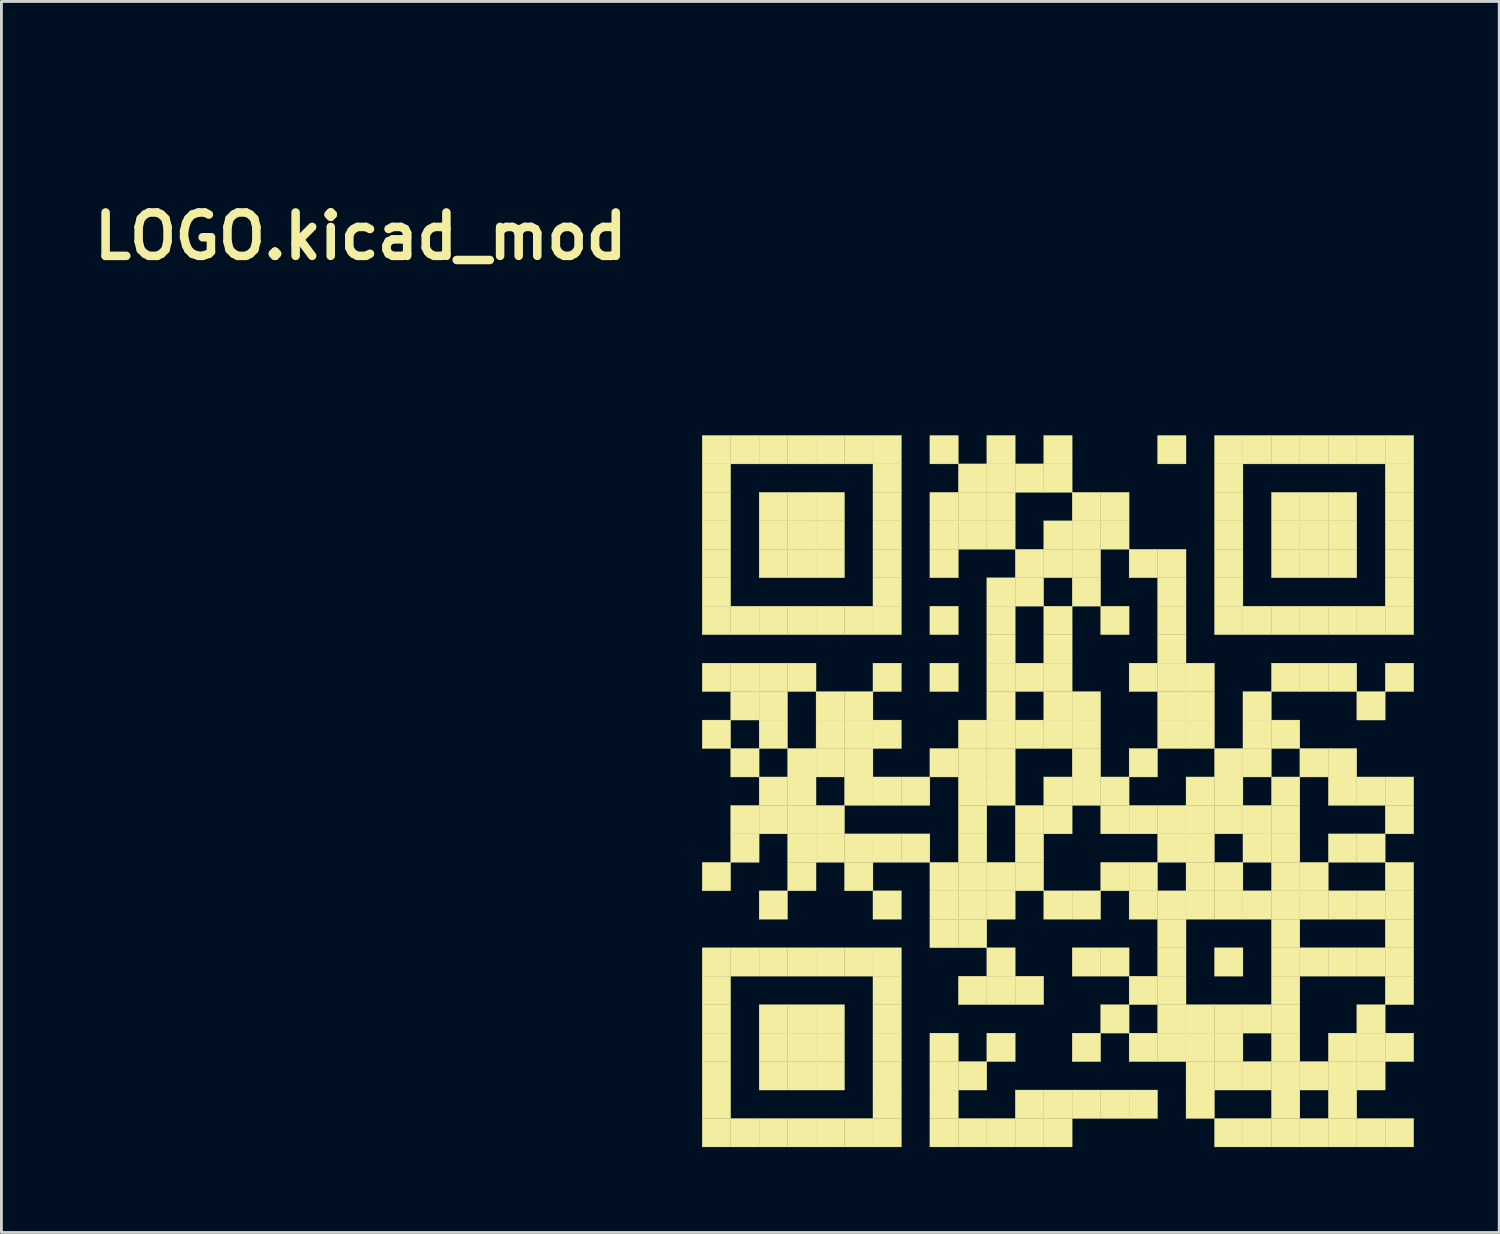
<source format=kicad_pcb>
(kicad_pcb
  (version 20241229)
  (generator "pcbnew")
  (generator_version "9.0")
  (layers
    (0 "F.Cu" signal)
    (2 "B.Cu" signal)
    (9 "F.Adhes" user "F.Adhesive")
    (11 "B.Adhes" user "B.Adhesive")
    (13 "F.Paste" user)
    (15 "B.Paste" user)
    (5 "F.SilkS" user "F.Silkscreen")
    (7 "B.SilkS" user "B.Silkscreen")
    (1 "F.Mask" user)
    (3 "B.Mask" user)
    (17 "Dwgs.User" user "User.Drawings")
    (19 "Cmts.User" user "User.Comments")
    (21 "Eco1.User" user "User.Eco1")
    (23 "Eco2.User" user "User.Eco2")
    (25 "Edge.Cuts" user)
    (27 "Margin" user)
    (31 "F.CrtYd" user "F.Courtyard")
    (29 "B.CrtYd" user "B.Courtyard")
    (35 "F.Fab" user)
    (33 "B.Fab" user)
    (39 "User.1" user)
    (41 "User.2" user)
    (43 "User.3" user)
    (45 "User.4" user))
  (footprint "LOGO.kicad_mod"
    (layer "F.Cu")
    (at 9.623 0.25)
    (property "Reference" "LOGO.kicad_mod" (at 0 5 0) (layer "F.SilkS") (effects (font (size 1.524 1.524) (thickness 0.3))))
    (attr through_hole)
    (fp_poly (pts (xy 12 12) (xy 13 12) (xy 13 13) (xy 12 13) (xy 12 12)) (stroke (width 0.01) (type solid)) (fill yes) (layer "F.SilkS"))
    (fp_poly (pts (xy 12 13) (xy 13 13) (xy 13 14) (xy 12 14) (xy 12 13)) (stroke (width 0.01) (type solid)) (fill yes) (layer "F.SilkS"))
    (fp_poly (pts (xy 12 14) (xy 13 14) (xy 13 15) (xy 12 15) (xy 12 14)) (stroke (width 0.01) (type solid)) (fill yes) (layer "F.SilkS"))
    (fp_poly (pts (xy 12 15) (xy 13 15) (xy 13 16) (xy 12 16) (xy 12 15)) (stroke (width 0.01) (type solid)) (fill yes) (layer "F.SilkS"))
    (fp_poly (pts (xy 12 16) (xy 13 16) (xy 13 17) (xy 12 17) (xy 12 16)) (stroke (width 0.01) (type solid)) (fill yes) (layer "F.SilkS"))
    (fp_poly (pts (xy 12 17) (xy 13 17) (xy 13 18) (xy 12 18) (xy 12 17)) (stroke (width 0.01) (type solid)) (fill yes) (layer "F.SilkS"))
    (fp_poly (pts (xy 12 18) (xy 13 18) (xy 13 19) (xy 12 19) (xy 12 18)) (stroke (width 0.01) (type solid)) (fill yes) (layer "F.SilkS"))
    (fp_poly (pts (xy 12 20) (xy 13 20) (xy 13 21) (xy 12 21) (xy 12 20)) (stroke (width 0.01) (type solid)) (fill yes) (layer "F.SilkS"))
    (fp_poly (pts (xy 12 22) (xy 13 22) (xy 13 23) (xy 12 23) (xy 12 22)) (stroke (width 0.01) (type solid)) (fill yes) (layer "F.SilkS"))
    (fp_poly (pts (xy 12 27) (xy 13 27) (xy 13 28) (xy 12 28) (xy 12 27)) (stroke (width 0.01) (type solid)) (fill yes) (layer "F.SilkS"))
    (fp_poly (pts (xy 12 30) (xy 13 30) (xy 13 31) (xy 12 31) (xy 12 30)) (stroke (width 0.01) (type solid)) (fill yes) (layer "F.SilkS"))
    (fp_poly (pts (xy 12 31) (xy 13 31) (xy 13 32) (xy 12 32) (xy 12 31)) (stroke (width 0.01) (type solid)) (fill yes) (layer "F.SilkS"))
    (fp_poly (pts (xy 12 32) (xy 13 32) (xy 13 33) (xy 12 33) (xy 12 32)) (stroke (width 0.01) (type solid)) (fill yes) (layer "F.SilkS"))
    (fp_poly (pts (xy 12 33) (xy 13 33) (xy 13 34) (xy 12 34) (xy 12 33)) (stroke (width 0.01) (type solid)) (fill yes) (layer "F.SilkS"))
    (fp_poly (pts (xy 12 34) (xy 13 34) (xy 13 35) (xy 12 35) (xy 12 34)) (stroke (width 0.01) (type solid)) (fill yes) (layer "F.SilkS"))
    (fp_poly (pts (xy 12 35) (xy 13 35) (xy 13 36) (xy 12 36) (xy 12 35)) (stroke (width 0.01) (type solid)) (fill yes) (layer "F.SilkS"))
    (fp_poly (pts (xy 12 36) (xy 13 36) (xy 13 37) (xy 12 37) (xy 12 36)) (stroke (width 0.01) (type solid)) (fill yes) (layer "F.SilkS"))
    (fp_poly (pts (xy 13 12) (xy 14 12) (xy 14 13) (xy 13 13) (xy 13 12)) (stroke (width 0.01) (type solid)) (fill yes) (layer "F.SilkS"))
    (fp_poly (pts (xy 13 18) (xy 14 18) (xy 14 19) (xy 13 19) (xy 13 18)) (stroke (width 0.01) (type solid)) (fill yes) (layer "F.SilkS"))
    (fp_poly (pts (xy 13 20) (xy 14 20) (xy 14 21) (xy 13 21) (xy 13 20)) (stroke (width 0.01) (type solid)) (fill yes) (layer "F.SilkS"))
    (fp_poly (pts (xy 13 21) (xy 14 21) (xy 14 22) (xy 13 22) (xy 13 21)) (stroke (width 0.01) (type solid)) (fill yes) (layer "F.SilkS"))
    (fp_poly (pts (xy 13 23) (xy 14 23) (xy 14 24) (xy 13 24) (xy 13 23)) (stroke (width 0.01) (type solid)) (fill yes) (layer "F.SilkS"))
    (fp_poly (pts (xy 13 25) (xy 14 25) (xy 14 26) (xy 13 26) (xy 13 25)) (stroke (width 0.01) (type solid)) (fill yes) (layer "F.SilkS"))
    (fp_poly (pts (xy 13 26) (xy 14 26) (xy 14 27) (xy 13 27) (xy 13 26)) (stroke (width 0.01) (type solid)) (fill yes) (layer "F.SilkS"))
    (fp_poly (pts (xy 13 30) (xy 14 30) (xy 14 31) (xy 13 31) (xy 13 30)) (stroke (width 0.01) (type solid)) (fill yes) (layer "F.SilkS"))
    (fp_poly (pts (xy 13 36) (xy 14 36) (xy 14 37) (xy 13 37) (xy 13 36)) (stroke (width 0.01) (type solid)) (fill yes) (layer "F.SilkS"))
    (fp_poly (pts (xy 14 12) (xy 15 12) (xy 15 13) (xy 14 13) (xy 14 12)) (stroke (width 0.01) (type solid)) (fill yes) (layer "F.SilkS"))
    (fp_poly (pts (xy 14 14) (xy 15 14) (xy 15 15) (xy 14 15) (xy 14 14)) (stroke (width 0.01) (type solid)) (fill yes) (layer "F.SilkS"))
    (fp_poly (pts (xy 14 15) (xy 15 15) (xy 15 16) (xy 14 16) (xy 14 15)) (stroke (width 0.01) (type solid)) (fill yes) (layer "F.SilkS"))
    (fp_poly (pts (xy 14 16) (xy 15 16) (xy 15 17) (xy 14 17) (xy 14 16)) (stroke (width 0.01) (type solid)) (fill yes) (layer "F.SilkS"))
    (fp_poly (pts (xy 14 18) (xy 15 18) (xy 15 19) (xy 14 19) (xy 14 18)) (stroke (width 0.01) (type solid)) (fill yes) (layer "F.SilkS"))
    (fp_poly (pts (xy 14 20) (xy 15 20) (xy 15 21) (xy 14 21) (xy 14 20)) (stroke (width 0.01) (type solid)) (fill yes) (layer "F.SilkS"))
    (fp_poly (pts (xy 14 21) (xy 15 21) (xy 15 22) (xy 14 22) (xy 14 21)) (stroke (width 0.01) (type solid)) (fill yes) (layer "F.SilkS"))
    (fp_poly (pts (xy 14 22) (xy 15 22) (xy 15 23) (xy 14 23) (xy 14 22)) (stroke (width 0.01) (type solid)) (fill yes) (layer "F.SilkS"))
    (fp_poly (pts (xy 14 24) (xy 15 24) (xy 15 25) (xy 14 25) (xy 14 24)) (stroke (width 0.01) (type solid)) (fill yes) (layer "F.SilkS"))
    (fp_poly (pts (xy 14 25) (xy 15 25) (xy 15 26) (xy 14 26) (xy 14 25)) (stroke (width 0.01) (type solid)) (fill yes) (layer "F.SilkS"))
    (fp_poly (pts (xy 14 28) (xy 15 28) (xy 15 29) (xy 14 29) (xy 14 28)) (stroke (width 0.01) (type solid)) (fill yes) (layer "F.SilkS"))
    (fp_poly (pts (xy 14 30) (xy 15 30) (xy 15 31) (xy 14 31) (xy 14 30)) (stroke (width 0.01) (type solid)) (fill yes) (layer "F.SilkS"))
    (fp_poly (pts (xy 14 32) (xy 15 32) (xy 15 33) (xy 14 33) (xy 14 32)) (stroke (width 0.01) (type solid)) (fill yes) (layer "F.SilkS"))
    (fp_poly (pts (xy 14 33) (xy 15 33) (xy 15 34) (xy 14 34) (xy 14 33)) (stroke (width 0.01) (type solid)) (fill yes) (layer "F.SilkS"))
    (fp_poly (pts (xy 14 34) (xy 15 34) (xy 15 35) (xy 14 35) (xy 14 34)) (stroke (width 0.01) (type solid)) (fill yes) (layer "F.SilkS"))
    (fp_poly (pts (xy 14 36) (xy 15 36) (xy 15 37) (xy 14 37) (xy 14 36)) (stroke (width 0.01) (type solid)) (fill yes) (layer "F.SilkS"))
    (fp_poly (pts (xy 15 12) (xy 16 12) (xy 16 13) (xy 15 13) (xy 15 12)) (stroke (width 0.01) (type solid)) (fill yes) (layer "F.SilkS"))
    (fp_poly (pts (xy 15 14) (xy 16 14) (xy 16 15) (xy 15 15) (xy 15 14)) (stroke (width 0.01) (type solid)) (fill yes) (layer "F.SilkS"))
    (fp_poly (pts (xy 15 15) (xy 16 15) (xy 16 16) (xy 15 16) (xy 15 15)) (stroke (width 0.01) (type solid)) (fill yes) (layer "F.SilkS"))
    (fp_poly (pts (xy 15 16) (xy 16 16) (xy 16 17) (xy 15 17) (xy 15 16)) (stroke (width 0.01) (type solid)) (fill yes) (layer "F.SilkS"))
    (fp_poly (pts (xy 15 18) (xy 16 18) (xy 16 19) (xy 15 19) (xy 15 18)) (stroke (width 0.01) (type solid)) (fill yes) (layer "F.SilkS"))
    (fp_poly (pts (xy 15 20) (xy 16 20) (xy 16 21) (xy 15 21) (xy 15 20)) (stroke (width 0.01) (type solid)) (fill yes) (layer "F.SilkS"))
    (fp_poly (pts (xy 15 23) (xy 16 23) (xy 16 24) (xy 15 24) (xy 15 23)) (stroke (width 0.01) (type solid)) (fill yes) (layer "F.SilkS"))
    (fp_poly (pts (xy 15 24) (xy 16 24) (xy 16 25) (xy 15 25) (xy 15 24)) (stroke (width 0.01) (type solid)) (fill yes) (layer "F.SilkS"))
    (fp_poly (pts (xy 15 25) (xy 16 25) (xy 16 26) (xy 15 26) (xy 15 25)) (stroke (width 0.01) (type solid)) (fill yes) (layer "F.SilkS"))
    (fp_poly (pts (xy 15 26) (xy 16 26) (xy 16 27) (xy 15 27) (xy 15 26)) (stroke (width 0.01) (type solid)) (fill yes) (layer "F.SilkS"))
    (fp_poly (pts (xy 15 27) (xy 16 27) (xy 16 28) (xy 15 28) (xy 15 27)) (stroke (width 0.01) (type solid)) (fill yes) (layer "F.SilkS"))
    (fp_poly (pts (xy 15 30) (xy 16 30) (xy 16 31) (xy 15 31) (xy 15 30)) (stroke (width 0.01) (type solid)) (fill yes) (layer "F.SilkS"))
    (fp_poly (pts (xy 15 32) (xy 16 32) (xy 16 33) (xy 15 33) (xy 15 32)) (stroke (width 0.01) (type solid)) (fill yes) (layer "F.SilkS"))
    (fp_poly (pts (xy 15 33) (xy 16 33) (xy 16 34) (xy 15 34) (xy 15 33)) (stroke (width 0.01) (type solid)) (fill yes) (layer "F.SilkS"))
    (fp_poly (pts (xy 15 34) (xy 16 34) (xy 16 35) (xy 15 35) (xy 15 34)) (stroke (width 0.01) (type solid)) (fill yes) (layer "F.SilkS"))
    (fp_poly (pts (xy 15 36) (xy 16 36) (xy 16 37) (xy 15 37) (xy 15 36)) (stroke (width 0.01) (type solid)) (fill yes) (layer "F.SilkS"))
    (fp_poly (pts (xy 16 12) (xy 17 12) (xy 17 13) (xy 16 13) (xy 16 12)) (stroke (width 0.01) (type solid)) (fill yes) (layer "F.SilkS"))
    (fp_poly (pts (xy 16 14) (xy 17 14) (xy 17 15) (xy 16 15) (xy 16 14)) (stroke (width 0.01) (type solid)) (fill yes) (layer "F.SilkS"))
    (fp_poly (pts (xy 16 15) (xy 17 15) (xy 17 16) (xy 16 16) (xy 16 15)) (stroke (width 0.01) (type solid)) (fill yes) (layer "F.SilkS"))
    (fp_poly (pts (xy 16 16) (xy 17 16) (xy 17 17) (xy 16 17) (xy 16 16)) (stroke (width 0.01) (type solid)) (fill yes) (layer "F.SilkS"))
    (fp_poly (pts (xy 16 18) (xy 17 18) (xy 17 19) (xy 16 19) (xy 16 18)) (stroke (width 0.01) (type solid)) (fill yes) (layer "F.SilkS"))
    (fp_poly (pts (xy 16 21) (xy 17 21) (xy 17 22) (xy 16 22) (xy 16 21)) (stroke (width 0.01) (type solid)) (fill yes) (layer "F.SilkS"))
    (fp_poly (pts (xy 16 22) (xy 17 22) (xy 17 23) (xy 16 23) (xy 16 22)) (stroke (width 0.01) (type solid)) (fill yes) (layer "F.SilkS"))
    (fp_poly (pts (xy 16 23) (xy 17 23) (xy 17 24) (xy 16 24) (xy 16 23)) (stroke (width 0.01) (type solid)) (fill yes) (layer "F.SilkS"))
    (fp_poly (pts (xy 16 25) (xy 17 25) (xy 17 26) (xy 16 26) (xy 16 25)) (stroke (width 0.01) (type solid)) (fill yes) (layer "F.SilkS"))
    (fp_poly (pts (xy 16 26) (xy 17 26) (xy 17 27) (xy 16 27) (xy 16 26)) (stroke (width 0.01) (type solid)) (fill yes) (layer "F.SilkS"))
    (fp_poly (pts (xy 16 30) (xy 17 30) (xy 17 31) (xy 16 31) (xy 16 30)) (stroke (width 0.01) (type solid)) (fill yes) (layer "F.SilkS"))
    (fp_poly (pts (xy 16 32) (xy 17 32) (xy 17 33) (xy 16 33) (xy 16 32)) (stroke (width 0.01) (type solid)) (fill yes) (layer "F.SilkS"))
    (fp_poly (pts (xy 16 33) (xy 17 33) (xy 17 34) (xy 16 34) (xy 16 33)) (stroke (width 0.01) (type solid)) (fill yes) (layer "F.SilkS"))
    (fp_poly (pts (xy 16 34) (xy 17 34) (xy 17 35) (xy 16 35) (xy 16 34)) (stroke (width 0.01) (type solid)) (fill yes) (layer "F.SilkS"))
    (fp_poly (pts (xy 16 36) (xy 17 36) (xy 17 37) (xy 16 37) (xy 16 36)) (stroke (width 0.01) (type solid)) (fill yes) (layer "F.SilkS"))
    (fp_poly (pts (xy 17 12) (xy 18 12) (xy 18 13) (xy 17 13) (xy 17 12)) (stroke (width 0.01) (type solid)) (fill yes) (layer "F.SilkS"))
    (fp_poly (pts (xy 17 18) (xy 18 18) (xy 18 19) (xy 17 19) (xy 17 18)) (stroke (width 0.01) (type solid)) (fill yes) (layer "F.SilkS"))
    (fp_poly (pts (xy 17 21) (xy 18 21) (xy 18 22) (xy 17 22) (xy 17 21)) (stroke (width 0.01) (type solid)) (fill yes) (layer "F.SilkS"))
    (fp_poly (pts (xy 17 22) (xy 18 22) (xy 18 23) (xy 17 23) (xy 17 22)) (stroke (width 0.01) (type solid)) (fill yes) (layer "F.SilkS"))
    (fp_poly (pts (xy 17 23) (xy 18 23) (xy 18 24) (xy 17 24) (xy 17 23)) (stroke (width 0.01) (type solid)) (fill yes) (layer "F.SilkS"))
    (fp_poly (pts (xy 17 24) (xy 18 24) (xy 18 25) (xy 17 25) (xy 17 24)) (stroke (width 0.01) (type solid)) (fill yes) (layer "F.SilkS"))
    (fp_poly (pts (xy 17 26) (xy 18 26) (xy 18 27) (xy 17 27) (xy 17 26)) (stroke (width 0.01) (type solid)) (fill yes) (layer "F.SilkS"))
    (fp_poly (pts (xy 17 27) (xy 18 27) (xy 18 28) (xy 17 28) (xy 17 27)) (stroke (width 0.01) (type solid)) (fill yes) (layer "F.SilkS"))
    (fp_poly (pts (xy 17 30) (xy 18 30) (xy 18 31) (xy 17 31) (xy 17 30)) (stroke (width 0.01) (type solid)) (fill yes) (layer "F.SilkS"))
    (fp_poly (pts (xy 17 36) (xy 18 36) (xy 18 37) (xy 17 37) (xy 17 36)) (stroke (width 0.01) (type solid)) (fill yes) (layer "F.SilkS"))
    (fp_poly (pts (xy 18 12) (xy 19 12) (xy 19 13) (xy 18 13) (xy 18 12)) (stroke (width 0.01) (type solid)) (fill yes) (layer "F.SilkS"))
    (fp_poly (pts (xy 18 13) (xy 19 13) (xy 19 14) (xy 18 14) (xy 18 13)) (stroke (width 0.01) (type solid)) (fill yes) (layer "F.SilkS"))
    (fp_poly (pts (xy 18 14) (xy 19 14) (xy 19 15) (xy 18 15) (xy 18 14)) (stroke (width 0.01) (type solid)) (fill yes) (layer "F.SilkS"))
    (fp_poly (pts (xy 18 15) (xy 19 15) (xy 19 16) (xy 18 16) (xy 18 15)) (stroke (width 0.01) (type solid)) (fill yes) (layer "F.SilkS"))
    (fp_poly (pts (xy 18 16) (xy 19 16) (xy 19 17) (xy 18 17) (xy 18 16)) (stroke (width 0.01) (type solid)) (fill yes) (layer "F.SilkS"))
    (fp_poly (pts (xy 18 17) (xy 19 17) (xy 19 18) (xy 18 18) (xy 18 17)) (stroke (width 0.01) (type solid)) (fill yes) (layer "F.SilkS"))
    (fp_poly (pts (xy 18 18) (xy 19 18) (xy 19 19) (xy 18 19) (xy 18 18)) (stroke (width 0.01) (type solid)) (fill yes) (layer "F.SilkS"))
    (fp_poly (pts (xy 18 20) (xy 19 20) (xy 19 21) (xy 18 21) (xy 18 20)) (stroke (width 0.01) (type solid)) (fill yes) (layer "F.SilkS"))
    (fp_poly (pts (xy 18 22) (xy 19 22) (xy 19 23) (xy 18 23) (xy 18 22)) (stroke (width 0.01) (type solid)) (fill yes) (layer "F.SilkS"))
    (fp_poly (pts (xy 18 24) (xy 19 24) (xy 19 25) (xy 18 25) (xy 18 24)) (stroke (width 0.01) (type solid)) (fill yes) (layer "F.SilkS"))
    (fp_poly (pts (xy 18 26) (xy 19 26) (xy 19 27) (xy 18 27) (xy 18 26)) (stroke (width 0.01) (type solid)) (fill yes) (layer "F.SilkS"))
    (fp_poly (pts (xy 18 28) (xy 19 28) (xy 19 29) (xy 18 29) (xy 18 28)) (stroke (width 0.01) (type solid)) (fill yes) (layer "F.SilkS"))
    (fp_poly (pts (xy 18 30) (xy 19 30) (xy 19 31) (xy 18 31) (xy 18 30)) (stroke (width 0.01) (type solid)) (fill yes) (layer "F.SilkS"))
    (fp_poly (pts (xy 18 31) (xy 19 31) (xy 19 32) (xy 18 32) (xy 18 31)) (stroke (width 0.01) (type solid)) (fill yes) (layer "F.SilkS"))
    (fp_poly (pts (xy 18 32) (xy 19 32) (xy 19 33) (xy 18 33) (xy 18 32)) (stroke (width 0.01) (type solid)) (fill yes) (layer "F.SilkS"))
    (fp_poly (pts (xy 18 33) (xy 19 33) (xy 19 34) (xy 18 34) (xy 18 33)) (stroke (width 0.01) (type solid)) (fill yes) (layer "F.SilkS"))
    (fp_poly (pts (xy 18 34) (xy 19 34) (xy 19 35) (xy 18 35) (xy 18 34)) (stroke (width 0.01) (type solid)) (fill yes) (layer "F.SilkS"))
    (fp_poly (pts (xy 18 35) (xy 19 35) (xy 19 36) (xy 18 36) (xy 18 35)) (stroke (width 0.01) (type solid)) (fill yes) (layer "F.SilkS"))
    (fp_poly (pts (xy 18 36) (xy 19 36) (xy 19 37) (xy 18 37) (xy 18 36)) (stroke (width 0.01) (type solid)) (fill yes) (layer "F.SilkS"))
    (fp_poly (pts (xy 19 24) (xy 20 24) (xy 20 25) (xy 19 25) (xy 19 24)) (stroke (width 0.01) (type solid)) (fill yes) (layer "F.SilkS"))
    (fp_poly (pts (xy 19 26) (xy 20 26) (xy 20 27) (xy 19 27) (xy 19 26)) (stroke (width 0.01) (type solid)) (fill yes) (layer "F.SilkS"))
    (fp_poly (pts (xy 20 12) (xy 21 12) (xy 21 13) (xy 20 13) (xy 20 12)) (stroke (width 0.01) (type solid)) (fill yes) (layer "F.SilkS"))
    (fp_poly (pts (xy 20 14) (xy 21 14) (xy 21 15) (xy 20 15) (xy 20 14)) (stroke (width 0.01) (type solid)) (fill yes) (layer "F.SilkS"))
    (fp_poly (pts (xy 20 15) (xy 21 15) (xy 21 16) (xy 20 16) (xy 20 15)) (stroke (width 0.01) (type solid)) (fill yes) (layer "F.SilkS"))
    (fp_poly (pts (xy 20 16) (xy 21 16) (xy 21 17) (xy 20 17) (xy 20 16)) (stroke (width 0.01) (type solid)) (fill yes) (layer "F.SilkS"))
    (fp_poly (pts (xy 20 18) (xy 21 18) (xy 21 19) (xy 20 19) (xy 20 18)) (stroke (width 0.01) (type solid)) (fill yes) (layer "F.SilkS"))
    (fp_poly (pts (xy 20 20) (xy 21 20) (xy 21 21) (xy 20 21) (xy 20 20)) (stroke (width 0.01) (type solid)) (fill yes) (layer "F.SilkS"))
    (fp_poly (pts (xy 20 23) (xy 21 23) (xy 21 24) (xy 20 24) (xy 20 23)) (stroke (width 0.01) (type solid)) (fill yes) (layer "F.SilkS"))
    (fp_poly (pts (xy 20 27) (xy 21 27) (xy 21 28) (xy 20 28) (xy 20 27)) (stroke (width 0.01) (type solid)) (fill yes) (layer "F.SilkS"))
    (fp_poly (pts (xy 20 28) (xy 21 28) (xy 21 29) (xy 20 29) (xy 20 28)) (stroke (width 0.01) (type solid)) (fill yes) (layer "F.SilkS"))
    (fp_poly (pts (xy 20 29) (xy 21 29) (xy 21 30) (xy 20 30) (xy 20 29)) (stroke (width 0.01) (type solid)) (fill yes) (layer "F.SilkS"))
    (fp_poly (pts (xy 20 33) (xy 21 33) (xy 21 34) (xy 20 34) (xy 20 33)) (stroke (width 0.01) (type solid)) (fill yes) (layer "F.SilkS"))
    (fp_poly (pts (xy 20 34) (xy 21 34) (xy 21 35) (xy 20 35) (xy 20 34)) (stroke (width 0.01) (type solid)) (fill yes) (layer "F.SilkS"))
    (fp_poly (pts (xy 20 35) (xy 21 35) (xy 21 36) (xy 20 36) (xy 20 35)) (stroke (width 0.01) (type solid)) (fill yes) (layer "F.SilkS"))
    (fp_poly (pts (xy 20 36) (xy 21 36) (xy 21 37) (xy 20 37) (xy 20 36)) (stroke (width 0.01) (type solid)) (fill yes) (layer "F.SilkS"))
    (fp_poly (pts (xy 21 13) (xy 22 13) (xy 22 14) (xy 21 14) (xy 21 13)) (stroke (width 0.01) (type solid)) (fill yes) (layer "F.SilkS"))
    (fp_poly (pts (xy 21 14) (xy 22 14) (xy 22 15) (xy 21 15) (xy 21 14)) (stroke (width 0.01) (type solid)) (fill yes) (layer "F.SilkS"))
    (fp_poly (pts (xy 21 15) (xy 22 15) (xy 22 16) (xy 21 16) (xy 21 15)) (stroke (width 0.01) (type solid)) (fill yes) (layer "F.SilkS"))
    (fp_poly (pts (xy 21 22) (xy 22 22) (xy 22 23) (xy 21 23) (xy 21 22)) (stroke (width 0.01) (type solid)) (fill yes) (layer "F.SilkS"))
    (fp_poly (pts (xy 21 23) (xy 22 23) (xy 22 24) (xy 21 24) (xy 21 23)) (stroke (width 0.01) (type solid)) (fill yes) (layer "F.SilkS"))
    (fp_poly (pts (xy 21 24) (xy 22 24) (xy 22 25) (xy 21 25) (xy 21 24)) (stroke (width 0.01) (type solid)) (fill yes) (layer "F.SilkS"))
    (fp_poly (pts (xy 21 25) (xy 22 25) (xy 22 26) (xy 21 26) (xy 21 25)) (stroke (width 0.01) (type solid)) (fill yes) (layer "F.SilkS"))
    (fp_poly (pts (xy 21 26) (xy 22 26) (xy 22 27) (xy 21 27) (xy 21 26)) (stroke (width 0.01) (type solid)) (fill yes) (layer "F.SilkS"))
    (fp_poly (pts (xy 21 27) (xy 22 27) (xy 22 28) (xy 21 28) (xy 21 27)) (stroke (width 0.01) (type solid)) (fill yes) (layer "F.SilkS"))
    (fp_poly (pts (xy 21 28) (xy 22 28) (xy 22 29) (xy 21 29) (xy 21 28)) (stroke (width 0.01) (type solid)) (fill yes) (layer "F.SilkS"))
    (fp_poly (pts (xy 21 29) (xy 22 29) (xy 22 30) (xy 21 30) (xy 21 29)) (stroke (width 0.01) (type solid)) (fill yes) (layer "F.SilkS"))
    (fp_poly (pts (xy 21 31) (xy 22 31) (xy 22 32) (xy 21 32) (xy 21 31)) (stroke (width 0.01) (type solid)) (fill yes) (layer "F.SilkS"))
    (fp_poly (pts (xy 21 34) (xy 22 34) (xy 22 35) (xy 21 35) (xy 21 34)) (stroke (width 0.01) (type solid)) (fill yes) (layer "F.SilkS"))
    (fp_poly (pts (xy 21 36) (xy 22 36) (xy 22 37) (xy 21 37) (xy 21 36)) (stroke (width 0.01) (type solid)) (fill yes) (layer "F.SilkS"))
    (fp_poly (pts (xy 22 12) (xy 23 12) (xy 23 13) (xy 22 13) (xy 22 12)) (stroke (width 0.01) (type solid)) (fill yes) (layer "F.SilkS"))
    (fp_poly (pts (xy 22 13) (xy 23 13) (xy 23 14) (xy 22 14) (xy 22 13)) (stroke (width 0.01) (type solid)) (fill yes) (layer "F.SilkS"))
    (fp_poly (pts (xy 22 14) (xy 23 14) (xy 23 15) (xy 22 15) (xy 22 14)) (stroke (width 0.01) (type solid)) (fill yes) (layer "F.SilkS"))
    (fp_poly (pts (xy 22 15) (xy 23 15) (xy 23 16) (xy 22 16) (xy 22 15)) (stroke (width 0.01) (type solid)) (fill yes) (layer "F.SilkS"))
    (fp_poly (pts (xy 22 17) (xy 23 17) (xy 23 18) (xy 22 18) (xy 22 17)) (stroke (width 0.01) (type solid)) (fill yes) (layer "F.SilkS"))
    (fp_poly (pts (xy 22 18) (xy 23 18) (xy 23 19) (xy 22 19) (xy 22 18)) (stroke (width 0.01) (type solid)) (fill yes) (layer "F.SilkS"))
    (fp_poly (pts (xy 22 19) (xy 23 19) (xy 23 20) (xy 22 20) (xy 22 19)) (stroke (width 0.01) (type solid)) (fill yes) (layer "F.SilkS"))
    (fp_poly (pts (xy 22 20) (xy 23 20) (xy 23 21) (xy 22 21) (xy 22 20)) (stroke (width 0.01) (type solid)) (fill yes) (layer "F.SilkS"))
    (fp_poly (pts (xy 22 21) (xy 23 21) (xy 23 22) (xy 22 22) (xy 22 21)) (stroke (width 0.01) (type solid)) (fill yes) (layer "F.SilkS"))
    (fp_poly (pts (xy 22 22) (xy 23 22) (xy 23 23) (xy 22 23) (xy 22 22)) (stroke (width 0.01) (type solid)) (fill yes) (layer "F.SilkS"))
    (fp_poly (pts (xy 22 23) (xy 23 23) (xy 23 24) (xy 22 24) (xy 22 23)) (stroke (width 0.01) (type solid)) (fill yes) (layer "F.SilkS"))
    (fp_poly (pts (xy 22 24) (xy 23 24) (xy 23 25) (xy 22 25) (xy 22 24)) (stroke (width 0.01) (type solid)) (fill yes) (layer "F.SilkS"))
    (fp_poly (pts (xy 22 27) (xy 23 27) (xy 23 28) (xy 22 28) (xy 22 27)) (stroke (width 0.01) (type solid)) (fill yes) (layer "F.SilkS"))
    (fp_poly (pts (xy 22 28) (xy 23 28) (xy 23 29) (xy 22 29) (xy 22 28)) (stroke (width 0.01) (type solid)) (fill yes) (layer "F.SilkS"))
    (fp_poly (pts (xy 22 30) (xy 23 30) (xy 23 31) (xy 22 31) (xy 22 30)) (stroke (width 0.01) (type solid)) (fill yes) (layer "F.SilkS"))
    (fp_poly (pts (xy 22 31) (xy 23 31) (xy 23 32) (xy 22 32) (xy 22 31)) (stroke (width 0.01) (type solid)) (fill yes) (layer "F.SilkS"))
    (fp_poly (pts (xy 22 33) (xy 23 33) (xy 23 34) (xy 22 34) (xy 22 33)) (stroke (width 0.01) (type solid)) (fill yes) (layer "F.SilkS"))
    (fp_poly (pts (xy 22 36) (xy 23 36) (xy 23 37) (xy 22 37) (xy 22 36)) (stroke (width 0.01) (type solid)) (fill yes) (layer "F.SilkS"))
    (fp_poly (pts (xy 23 13) (xy 24 13) (xy 24 14) (xy 23 14) (xy 23 13)) (stroke (width 0.01) (type solid)) (fill yes) (layer "F.SilkS"))
    (fp_poly (pts (xy 23 16) (xy 24 16) (xy 24 17) (xy 23 17) (xy 23 16)) (stroke (width 0.01) (type solid)) (fill yes) (layer "F.SilkS"))
    (fp_poly (pts (xy 23 17) (xy 24 17) (xy 24 18) (xy 23 18) (xy 23 17)) (stroke (width 0.01) (type solid)) (fill yes) (layer "F.SilkS"))
    (fp_poly (pts (xy 23 20) (xy 24 20) (xy 24 21) (xy 23 21) (xy 23 20)) (stroke (width 0.01) (type solid)) (fill yes) (layer "F.SilkS"))
    (fp_poly (pts (xy 23 22) (xy 24 22) (xy 24 23) (xy 23 23) (xy 23 22)) (stroke (width 0.01) (type solid)) (fill yes) (layer "F.SilkS"))
    (fp_poly (pts (xy 23 25) (xy 24 25) (xy 24 26) (xy 23 26) (xy 23 25)) (stroke (width 0.01) (type solid)) (fill yes) (layer "F.SilkS"))
    (fp_poly (pts (xy 23 26) (xy 24 26) (xy 24 27) (xy 23 27) (xy 23 26)) (stroke (width 0.01) (type solid)) (fill yes) (layer "F.SilkS"))
    (fp_poly (pts (xy 23 27) (xy 24 27) (xy 24 28) (xy 23 28) (xy 23 27)) (stroke (width 0.01) (type solid)) (fill yes) (layer "F.SilkS"))
    (fp_poly (pts (xy 23 31) (xy 24 31) (xy 24 32) (xy 23 32) (xy 23 31)) (stroke (width 0.01) (type solid)) (fill yes) (layer "F.SilkS"))
    (fp_poly (pts (xy 23 35) (xy 24 35) (xy 24 36) (xy 23 36) (xy 23 35)) (stroke (width 0.01) (type solid)) (fill yes) (layer "F.SilkS"))
    (fp_poly (pts (xy 23 36) (xy 24 36) (xy 24 37) (xy 23 37) (xy 23 36)) (stroke (width 0.01) (type solid)) (fill yes) (layer "F.SilkS"))
    (fp_poly (pts (xy 24 12) (xy 25 12) (xy 25 13) (xy 24 13) (xy 24 12)) (stroke (width 0.01) (type solid)) (fill yes) (layer "F.SilkS"))
    (fp_poly (pts (xy 24 13) (xy 25 13) (xy 25 14) (xy 24 14) (xy 24 13)) (stroke (width 0.01) (type solid)) (fill yes) (layer "F.SilkS"))
    (fp_poly (pts (xy 24 15) (xy 25 15) (xy 25 16) (xy 24 16) (xy 24 15)) (stroke (width 0.01) (type solid)) (fill yes) (layer "F.SilkS"))
    (fp_poly (pts (xy 24 16) (xy 25 16) (xy 25 17) (xy 24 17) (xy 24 16)) (stroke (width 0.01) (type solid)) (fill yes) (layer "F.SilkS"))
    (fp_poly (pts (xy 24 18) (xy 25 18) (xy 25 19) (xy 24 19) (xy 24 18)) (stroke (width 0.01) (type solid)) (fill yes) (layer "F.SilkS"))
    (fp_poly (pts (xy 24 19) (xy 25 19) (xy 25 20) (xy 24 20) (xy 24 19)) (stroke (width 0.01) (type solid)) (fill yes) (layer "F.SilkS"))
    (fp_poly (pts (xy 24 20) (xy 25 20) (xy 25 21) (xy 24 21) (xy 24 20)) (stroke (width 0.01) (type solid)) (fill yes) (layer "F.SilkS"))
    (fp_poly (pts (xy 24 21) (xy 25 21) (xy 25 22) (xy 24 22) (xy 24 21)) (stroke (width 0.01) (type solid)) (fill yes) (layer "F.SilkS"))
    (fp_poly (pts (xy 24 22) (xy 25 22) (xy 25 23) (xy 24 23) (xy 24 22)) (stroke (width 0.01) (type solid)) (fill yes) (layer "F.SilkS"))
    (fp_poly (pts (xy 24 24) (xy 25 24) (xy 25 25) (xy 24 25) (xy 24 24)) (stroke (width 0.01) (type solid)) (fill yes) (layer "F.SilkS"))
    (fp_poly (pts (xy 24 25) (xy 25 25) (xy 25 26) (xy 24 26) (xy 24 25)) (stroke (width 0.01) (type solid)) (fill yes) (layer "F.SilkS"))
    (fp_poly (pts (xy 24 28) (xy 25 28) (xy 25 29) (xy 24 29) (xy 24 28)) (stroke (width 0.01) (type solid)) (fill yes) (layer "F.SilkS"))
    (fp_poly (pts (xy 24 35) (xy 25 35) (xy 25 36) (xy 24 36) (xy 24 35)) (stroke (width 0.01) (type solid)) (fill yes) (layer "F.SilkS"))
    (fp_poly (pts (xy 24 36) (xy 25 36) (xy 25 37) (xy 24 37) (xy 24 36)) (stroke (width 0.01) (type solid)) (fill yes) (layer "F.SilkS"))
    (fp_poly (pts (xy 25 14) (xy 26 14) (xy 26 15) (xy 25 15) (xy 25 14)) (stroke (width 0.01) (type solid)) (fill yes) (layer "F.SilkS"))
    (fp_poly (pts (xy 25 15) (xy 26 15) (xy 26 16) (xy 25 16) (xy 25 15)) (stroke (width 0.01) (type solid)) (fill yes) (layer "F.SilkS"))
    (fp_poly (pts (xy 25 16) (xy 26 16) (xy 26 17) (xy 25 17) (xy 25 16)) (stroke (width 0.01) (type solid)) (fill yes) (layer "F.SilkS"))
    (fp_poly (pts (xy 25 17) (xy 26 17) (xy 26 18) (xy 25 18) (xy 25 17)) (stroke (width 0.01) (type solid)) (fill yes) (layer "F.SilkS"))
    (fp_poly (pts (xy 25 21) (xy 26 21) (xy 26 22) (xy 25 22) (xy 25 21)) (stroke (width 0.01) (type solid)) (fill yes) (layer "F.SilkS"))
    (fp_poly (pts (xy 25 22) (xy 26 22) (xy 26 23) (xy 25 23) (xy 25 22)) (stroke (width 0.01) (type solid)) (fill yes) (layer "F.SilkS"))
    (fp_poly (pts (xy 25 23) (xy 26 23) (xy 26 24) (xy 25 24) (xy 25 23)) (stroke (width 0.01) (type solid)) (fill yes) (layer "F.SilkS"))
    (fp_poly (pts (xy 25 24) (xy 26 24) (xy 26 25) (xy 25 25) (xy 25 24)) (stroke (width 0.01) (type solid)) (fill yes) (layer "F.SilkS"))
    (fp_poly (pts (xy 25 28) (xy 26 28) (xy 26 29) (xy 25 29) (xy 25 28)) (stroke (width 0.01) (type solid)) (fill yes) (layer "F.SilkS"))
    (fp_poly (pts (xy 25 30) (xy 26 30) (xy 26 31) (xy 25 31) (xy 25 30)) (stroke (width 0.01) (type solid)) (fill yes) (layer "F.SilkS"))
    (fp_poly (pts (xy 25 33) (xy 26 33) (xy 26 34) (xy 25 34) (xy 25 33)) (stroke (width 0.01) (type solid)) (fill yes) (layer "F.SilkS"))
    (fp_poly (pts (xy 25 35) (xy 26 35) (xy 26 36) (xy 25 36) (xy 25 35)) (stroke (width 0.01) (type solid)) (fill yes) (layer "F.SilkS"))
    (fp_poly (pts (xy 26 14) (xy 27 14) (xy 27 15) (xy 26 15) (xy 26 14)) (stroke (width 0.01) (type solid)) (fill yes) (layer "F.SilkS"))
    (fp_poly (pts (xy 26 15) (xy 27 15) (xy 27 16) (xy 26 16) (xy 26 15)) (stroke (width 0.01) (type solid)) (fill yes) (layer "F.SilkS"))
    (fp_poly (pts (xy 26 18) (xy 27 18) (xy 27 19) (xy 26 19) (xy 26 18)) (stroke (width 0.01) (type solid)) (fill yes) (layer "F.SilkS"))
    (fp_poly (pts (xy 26 24) (xy 27 24) (xy 27 25) (xy 26 25) (xy 26 24)) (stroke (width 0.01) (type solid)) (fill yes) (layer "F.SilkS"))
    (fp_poly (pts (xy 26 25) (xy 27 25) (xy 27 26) (xy 26 26) (xy 26 25)) (stroke (width 0.01) (type solid)) (fill yes) (layer "F.SilkS"))
    (fp_poly (pts (xy 26 27) (xy 27 27) (xy 27 28) (xy 26 28) (xy 26 27)) (stroke (width 0.01) (type solid)) (fill yes) (layer "F.SilkS"))
    (fp_poly (pts (xy 26 30) (xy 27 30) (xy 27 31) (xy 26 31) (xy 26 30)) (stroke (width 0.01) (type solid)) (fill yes) (layer "F.SilkS"))
    (fp_poly (pts (xy 26 32) (xy 27 32) (xy 27 33) (xy 26 33) (xy 26 32)) (stroke (width 0.01) (type solid)) (fill yes) (layer "F.SilkS"))
    (fp_poly (pts (xy 26 35) (xy 27 35) (xy 27 36) (xy 26 36) (xy 26 35)) (stroke (width 0.01) (type solid)) (fill yes) (layer "F.SilkS"))
    (fp_poly (pts (xy 27 16) (xy 28 16) (xy 28 17) (xy 27 17) (xy 27 16)) (stroke (width 0.01) (type solid)) (fill yes) (layer "F.SilkS"))
    (fp_poly (pts (xy 27 20) (xy 28 20) (xy 28 21) (xy 27 21) (xy 27 20)) (stroke (width 0.01) (type solid)) (fill yes) (layer "F.SilkS"))
    (fp_poly (pts (xy 27 23) (xy 28 23) (xy 28 24) (xy 27 24) (xy 27 23)) (stroke (width 0.01) (type solid)) (fill yes) (layer "F.SilkS"))
    (fp_poly (pts (xy 27 25) (xy 28 25) (xy 28 26) (xy 27 26) (xy 27 25)) (stroke (width 0.01) (type solid)) (fill yes) (layer "F.SilkS"))
    (fp_poly (pts (xy 27 27) (xy 28 27) (xy 28 28) (xy 27 28) (xy 27 27)) (stroke (width 0.01) (type solid)) (fill yes) (layer "F.SilkS"))
    (fp_poly (pts (xy 27 28) (xy 28 28) (xy 28 29) (xy 27 29) (xy 27 28)) (stroke (width 0.01) (type solid)) (fill yes) (layer "F.SilkS"))
    (fp_poly (pts (xy 27 31) (xy 28 31) (xy 28 32) (xy 27 32) (xy 27 31)) (stroke (width 0.01) (type solid)) (fill yes) (layer "F.SilkS"))
    (fp_poly (pts (xy 27 33) (xy 28 33) (xy 28 34) (xy 27 34) (xy 27 33)) (stroke (width 0.01) (type solid)) (fill yes) (layer "F.SilkS"))
    (fp_poly (pts (xy 27 35) (xy 28 35) (xy 28 36) (xy 27 36) (xy 27 35)) (stroke (width 0.01) (type solid)) (fill yes) (layer "F.SilkS"))
    (fp_poly (pts (xy 28 12) (xy 29 12) (xy 29 13) (xy 28 13) (xy 28 12)) (stroke (width 0.01) (type solid)) (fill yes) (layer "F.SilkS"))
    (fp_poly (pts (xy 28 16) (xy 29 16) (xy 29 17) (xy 28 17) (xy 28 16)) (stroke (width 0.01) (type solid)) (fill yes) (layer "F.SilkS"))
    (fp_poly (pts (xy 28 17) (xy 29 17) (xy 29 18) (xy 28 18) (xy 28 17)) (stroke (width 0.01) (type solid)) (fill yes) (layer "F.SilkS"))
    (fp_poly (pts (xy 28 18) (xy 29 18) (xy 29 19) (xy 28 19) (xy 28 18)) (stroke (width 0.01) (type solid)) (fill yes) (layer "F.SilkS"))
    (fp_poly (pts (xy 28 19) (xy 29 19) (xy 29 20) (xy 28 20) (xy 28 19)) (stroke (width 0.01) (type solid)) (fill yes) (layer "F.SilkS"))
    (fp_poly (pts (xy 28 20) (xy 29 20) (xy 29 21) (xy 28 21) (xy 28 20)) (stroke (width 0.01) (type solid)) (fill yes) (layer "F.SilkS"))
    (fp_poly (pts (xy 28 21) (xy 29 21) (xy 29 22) (xy 28 22) (xy 28 21)) (stroke (width 0.01) (type solid)) (fill yes) (layer "F.SilkS"))
    (fp_poly (pts (xy 28 22) (xy 29 22) (xy 29 23) (xy 28 23) (xy 28 22)) (stroke (width 0.01) (type solid)) (fill yes) (layer "F.SilkS"))
    (fp_poly (pts (xy 28 25) (xy 29 25) (xy 29 26) (xy 28 26) (xy 28 25)) (stroke (width 0.01) (type solid)) (fill yes) (layer "F.SilkS"))
    (fp_poly (pts (xy 28 26) (xy 29 26) (xy 29 27) (xy 28 27) (xy 28 26)) (stroke (width 0.01) (type solid)) (fill yes) (layer "F.SilkS"))
    (fp_poly (pts (xy 28 28) (xy 29 28) (xy 29 29) (xy 28 29) (xy 28 28)) (stroke (width 0.01) (type solid)) (fill yes) (layer "F.SilkS"))
    (fp_poly (pts (xy 28 29) (xy 29 29) (xy 29 30) (xy 28 30) (xy 28 29)) (stroke (width 0.01) (type solid)) (fill yes) (layer "F.SilkS"))
    (fp_poly (pts (xy 28 30) (xy 29 30) (xy 29 31) (xy 28 31) (xy 28 30)) (stroke (width 0.01) (type solid)) (fill yes) (layer "F.SilkS"))
    (fp_poly (pts (xy 28 31) (xy 29 31) (xy 29 32) (xy 28 32) (xy 28 31)) (stroke (width 0.01) (type solid)) (fill yes) (layer "F.SilkS"))
    (fp_poly (pts (xy 28 32) (xy 29 32) (xy 29 33) (xy 28 33) (xy 28 32)) (stroke (width 0.01) (type solid)) (fill yes) (layer "F.SilkS"))
    (fp_poly (pts (xy 28 33) (xy 29 33) (xy 29 34) (xy 28 34) (xy 28 33)) (stroke (width 0.01) (type solid)) (fill yes) (layer "F.SilkS"))
    (fp_poly (pts (xy 29 20) (xy 30 20) (xy 30 21) (xy 29 21) (xy 29 20)) (stroke (width 0.01) (type solid)) (fill yes) (layer "F.SilkS"))
    (fp_poly (pts (xy 29 21) (xy 30 21) (xy 30 22) (xy 29 22) (xy 29 21)) (stroke (width 0.01) (type solid)) (fill yes) (layer "F.SilkS"))
    (fp_poly (pts (xy 29 22) (xy 30 22) (xy 30 23) (xy 29 23) (xy 29 22)) (stroke (width 0.01) (type solid)) (fill yes) (layer "F.SilkS"))
    (fp_poly (pts (xy 29 24) (xy 30 24) (xy 30 25) (xy 29 25) (xy 29 24)) (stroke (width 0.01) (type solid)) (fill yes) (layer "F.SilkS"))
    (fp_poly (pts (xy 29 25) (xy 30 25) (xy 30 26) (xy 29 26) (xy 29 25)) (stroke (width 0.01) (type solid)) (fill yes) (layer "F.SilkS"))
    (fp_poly (pts (xy 29 26) (xy 30 26) (xy 30 27) (xy 29 27) (xy 29 26)) (stroke (width 0.01) (type solid)) (fill yes) (layer "F.SilkS"))
    (fp_poly (pts (xy 29 27) (xy 30 27) (xy 30 28) (xy 29 28) (xy 29 27)) (stroke (width 0.01) (type solid)) (fill yes) (layer "F.SilkS"))
    (fp_poly (pts (xy 29 28) (xy 30 28) (xy 30 29) (xy 29 29) (xy 29 28)) (stroke (width 0.01) (type solid)) (fill yes) (layer "F.SilkS"))
    (fp_poly (pts (xy 29 32) (xy 30 32) (xy 30 33) (xy 29 33) (xy 29 32)) (stroke (width 0.01) (type solid)) (fill yes) (layer "F.SilkS"))
    (fp_poly (pts (xy 29 33) (xy 30 33) (xy 30 34) (xy 29 34) (xy 29 33)) (stroke (width 0.01) (type solid)) (fill yes) (layer "F.SilkS"))
    (fp_poly (pts (xy 29 34) (xy 30 34) (xy 30 35) (xy 29 35) (xy 29 34)) (stroke (width 0.01) (type solid)) (fill yes) (layer "F.SilkS"))
    (fp_poly (pts (xy 29 35) (xy 30 35) (xy 30 36) (xy 29 36) (xy 29 35)) (stroke (width 0.01) (type solid)) (fill yes) (layer "F.SilkS"))
    (fp_poly (pts (xy 30 12) (xy 31 12) (xy 31 13) (xy 30 13) (xy 30 12)) (stroke (width 0.01) (type solid)) (fill yes) (layer "F.SilkS"))
    (fp_poly (pts (xy 30 13) (xy 31 13) (xy 31 14) (xy 30 14) (xy 30 13)) (stroke (width 0.01) (type solid)) (fill yes) (layer "F.SilkS"))
    (fp_poly (pts (xy 30 14) (xy 31 14) (xy 31 15) (xy 30 15) (xy 30 14)) (stroke (width 0.01) (type solid)) (fill yes) (layer "F.SilkS"))
    (fp_poly (pts (xy 30 15) (xy 31 15) (xy 31 16) (xy 30 16) (xy 30 15)) (stroke (width 0.01) (type solid)) (fill yes) (layer "F.SilkS"))
    (fp_poly (pts (xy 30 16) (xy 31 16) (xy 31 17) (xy 30 17) (xy 30 16)) (stroke (width 0.01) (type solid)) (fill yes) (layer "F.SilkS"))
    (fp_poly (pts (xy 30 17) (xy 31 17) (xy 31 18) (xy 30 18) (xy 30 17)) (stroke (width 0.01) (type solid)) (fill yes) (layer "F.SilkS"))
    (fp_poly (pts (xy 30 18) (xy 31 18) (xy 31 19) (xy 30 19) (xy 30 18)) (stroke (width 0.01) (type solid)) (fill yes) (layer "F.SilkS"))
    (fp_poly (pts (xy 30 23) (xy 31 23) (xy 31 24) (xy 30 24) (xy 30 23)) (stroke (width 0.01) (type solid)) (fill yes) (layer "F.SilkS"))
    (fp_poly (pts (xy 30 24) (xy 31 24) (xy 31 25) (xy 30 25) (xy 30 24)) (stroke (width 0.01) (type solid)) (fill yes) (layer "F.SilkS"))
    (fp_poly (pts (xy 30 25) (xy 31 25) (xy 31 26) (xy 30 26) (xy 30 25)) (stroke (width 0.01) (type solid)) (fill yes) (layer "F.SilkS"))
    (fp_poly (pts (xy 30 27) (xy 31 27) (xy 31 28) (xy 30 28) (xy 30 27)) (stroke (width 0.01) (type solid)) (fill yes) (layer "F.SilkS"))
    (fp_poly (pts (xy 30 28) (xy 31 28) (xy 31 29) (xy 30 29) (xy 30 28)) (stroke (width 0.01) (type solid)) (fill yes) (layer "F.SilkS"))
    (fp_poly (pts (xy 30 30) (xy 31 30) (xy 31 31) (xy 30 31) (xy 30 30)) (stroke (width 0.01) (type solid)) (fill yes) (layer "F.SilkS"))
    (fp_poly (pts (xy 30 32) (xy 31 32) (xy 31 33) (xy 30 33) (xy 30 32)) (stroke (width 0.01) (type solid)) (fill yes) (layer "F.SilkS"))
    (fp_poly (pts (xy 30 33) (xy 31 33) (xy 31 34) (xy 30 34) (xy 30 33)) (stroke (width 0.01) (type solid)) (fill yes) (layer "F.SilkS"))
    (fp_poly (pts (xy 30 34) (xy 31 34) (xy 31 35) (xy 30 35) (xy 30 34)) (stroke (width 0.01) (type solid)) (fill yes) (layer "F.SilkS"))
    (fp_poly (pts (xy 30 36) (xy 31 36) (xy 31 37) (xy 30 37) (xy 30 36)) (stroke (width 0.01) (type solid)) (fill yes) (layer "F.SilkS"))
    (fp_poly (pts (xy 31 12) (xy 32 12) (xy 32 13) (xy 31 13) (xy 31 12)) (stroke (width 0.01) (type solid)) (fill yes) (layer "F.SilkS"))
    (fp_poly (pts (xy 31 18) (xy 32 18) (xy 32 19) (xy 31 19) (xy 31 18)) (stroke (width 0.01) (type solid)) (fill yes) (layer "F.SilkS"))
    (fp_poly (pts (xy 31 21) (xy 32 21) (xy 32 22) (xy 31 22) (xy 31 21)) (stroke (width 0.01) (type solid)) (fill yes) (layer "F.SilkS"))
    (fp_poly (pts (xy 31 22) (xy 32 22) (xy 32 23) (xy 31 23) (xy 31 22)) (stroke (width 0.01) (type solid)) (fill yes) (layer "F.SilkS"))
    (fp_poly (pts (xy 31 23) (xy 32 23) (xy 32 24) (xy 31 24) (xy 31 23)) (stroke (width 0.01) (type solid)) (fill yes) (layer "F.SilkS"))
    (fp_poly (pts (xy 31 25) (xy 32 25) (xy 32 26) (xy 31 26) (xy 31 25)) (stroke (width 0.01) (type solid)) (fill yes) (layer "F.SilkS"))
    (fp_poly (pts (xy 31 26) (xy 32 26) (xy 32 27) (xy 31 27) (xy 31 26)) (stroke (width 0.01) (type solid)) (fill yes) (layer "F.SilkS"))
    (fp_poly (pts (xy 31 28) (xy 32 28) (xy 32 29) (xy 31 29) (xy 31 28)) (stroke (width 0.01) (type solid)) (fill yes) (layer "F.SilkS"))
    (fp_poly (pts (xy 31 32) (xy 32 32) (xy 32 33) (xy 31 33) (xy 31 32)) (stroke (width 0.01) (type solid)) (fill yes) (layer "F.SilkS"))
    (fp_poly (pts (xy 31 34) (xy 32 34) (xy 32 35) (xy 31 35) (xy 31 34)) (stroke (width 0.01) (type solid)) (fill yes) (layer "F.SilkS"))
    (fp_poly (pts (xy 31 36) (xy 32 36) (xy 32 37) (xy 31 37) (xy 31 36)) (stroke (width 0.01) (type solid)) (fill yes) (layer "F.SilkS"))
    (fp_poly (pts (xy 32 12) (xy 33 12) (xy 33 13) (xy 32 13) (xy 32 12)) (stroke (width 0.01) (type solid)) (fill yes) (layer "F.SilkS"))
    (fp_poly (pts (xy 32 14) (xy 33 14) (xy 33 15) (xy 32 15) (xy 32 14)) (stroke (width 0.01) (type solid)) (fill yes) (layer "F.SilkS"))
    (fp_poly (pts (xy 32 15) (xy 33 15) (xy 33 16) (xy 32 16) (xy 32 15)) (stroke (width 0.01) (type solid)) (fill yes) (layer "F.SilkS"))
    (fp_poly (pts (xy 32 16) (xy 33 16) (xy 33 17) (xy 32 17) (xy 32 16)) (stroke (width 0.01) (type solid)) (fill yes) (layer "F.SilkS"))
    (fp_poly (pts (xy 32 18) (xy 33 18) (xy 33 19) (xy 32 19) (xy 32 18)) (stroke (width 0.01) (type solid)) (fill yes) (layer "F.SilkS"))
    (fp_poly (pts (xy 32 20) (xy 33 20) (xy 33 21) (xy 32 21) (xy 32 20)) (stroke (width 0.01) (type solid)) (fill yes) (layer "F.SilkS"))
    (fp_poly (pts (xy 32 22) (xy 33 22) (xy 33 23) (xy 32 23) (xy 32 22)) (stroke (width 0.01) (type solid)) (fill yes) (layer "F.SilkS"))
    (fp_poly (pts (xy 32 24) (xy 33 24) (xy 33 25) (xy 32 25) (xy 32 24)) (stroke (width 0.01) (type solid)) (fill yes) (layer "F.SilkS"))
    (fp_poly (pts (xy 32 25) (xy 33 25) (xy 33 26) (xy 32 26) (xy 32 25)) (stroke (width 0.01) (type solid)) (fill yes) (layer "F.SilkS"))
    (fp_poly (pts (xy 32 26) (xy 33 26) (xy 33 27) (xy 32 27) (xy 32 26)) (stroke (width 0.01) (type solid)) (fill yes) (layer "F.SilkS"))
    (fp_poly (pts (xy 32 27) (xy 33 27) (xy 33 28) (xy 32 28) (xy 32 27)) (stroke (width 0.01) (type solid)) (fill yes) (layer "F.SilkS"))
    (fp_poly (pts (xy 32 28) (xy 33 28) (xy 33 29) (xy 32 29) (xy 32 28)) (stroke (width 0.01) (type solid)) (fill yes) (layer "F.SilkS"))
    (fp_poly (pts (xy 32 29) (xy 33 29) (xy 33 30) (xy 32 30) (xy 32 29)) (stroke (width 0.01) (type solid)) (fill yes) (layer "F.SilkS"))
    (fp_poly (pts (xy 32 30) (xy 33 30) (xy 33 31) (xy 32 31) (xy 32 30)) (stroke (width 0.01) (type solid)) (fill yes) (layer "F.SilkS"))
    (fp_poly (pts (xy 32 31) (xy 33 31) (xy 33 32) (xy 32 32) (xy 32 31)) (stroke (width 0.01) (type solid)) (fill yes) (layer "F.SilkS"))
    (fp_poly (pts (xy 32 32) (xy 33 32) (xy 33 33) (xy 32 33) (xy 32 32)) (stroke (width 0.01) (type solid)) (fill yes) (layer "F.SilkS"))
    (fp_poly (pts (xy 32 33) (xy 33 33) (xy 33 34) (xy 32 34) (xy 32 33)) (stroke (width 0.01) (type solid)) (fill yes) (layer "F.SilkS"))
    (fp_poly (pts (xy 32 34) (xy 33 34) (xy 33 35) (xy 32 35) (xy 32 34)) (stroke (width 0.01) (type solid)) (fill yes) (layer "F.SilkS"))
    (fp_poly (pts (xy 32 35) (xy 33 35) (xy 33 36) (xy 32 36) (xy 32 35)) (stroke (width 0.01) (type solid)) (fill yes) (layer "F.SilkS"))
    (fp_poly (pts (xy 32 36) (xy 33 36) (xy 33 37) (xy 32 37) (xy 32 36)) (stroke (width 0.01) (type solid)) (fill yes) (layer "F.SilkS"))
    (fp_poly (pts (xy 33 12) (xy 34 12) (xy 34 13) (xy 33 13) (xy 33 12)) (stroke (width 0.01) (type solid)) (fill yes) (layer "F.SilkS"))
    (fp_poly (pts (xy 33 14) (xy 34 14) (xy 34 15) (xy 33 15) (xy 33 14)) (stroke (width 0.01) (type solid)) (fill yes) (layer "F.SilkS"))
    (fp_poly (pts (xy 33 15) (xy 34 15) (xy 34 16) (xy 33 16) (xy 33 15)) (stroke (width 0.01) (type solid)) (fill yes) (layer "F.SilkS"))
    (fp_poly (pts (xy 33 16) (xy 34 16) (xy 34 17) (xy 33 17) (xy 33 16)) (stroke (width 0.01) (type solid)) (fill yes) (layer "F.SilkS"))
    (fp_poly (pts (xy 33 18) (xy 34 18) (xy 34 19) (xy 33 19) (xy 33 18)) (stroke (width 0.01) (type solid)) (fill yes) (layer "F.SilkS"))
    (fp_poly (pts (xy 33 20) (xy 34 20) (xy 34 21) (xy 33 21) (xy 33 20)) (stroke (width 0.01) (type solid)) (fill yes) (layer "F.SilkS"))
    (fp_poly (pts (xy 33 23) (xy 34 23) (xy 34 24) (xy 33 24) (xy 33 23)) (stroke (width 0.01) (type solid)) (fill yes) (layer "F.SilkS"))
    (fp_poly (pts (xy 33 27) (xy 34 27) (xy 34 28) (xy 33 28) (xy 33 27)) (stroke (width 0.01) (type solid)) (fill yes) (layer "F.SilkS"))
    (fp_poly (pts (xy 33 28) (xy 34 28) (xy 34 29) (xy 33 29) (xy 33 28)) (stroke (width 0.01) (type solid)) (fill yes) (layer "F.SilkS"))
    (fp_poly (pts (xy 33 30) (xy 34 30) (xy 34 31) (xy 33 31) (xy 33 30)) (stroke (width 0.01) (type solid)) (fill yes) (layer "F.SilkS"))
    (fp_poly (pts (xy 33 34) (xy 34 34) (xy 34 35) (xy 33 35) (xy 33 34)) (stroke (width 0.01) (type solid)) (fill yes) (layer "F.SilkS"))
    (fp_poly (pts (xy 33 36) (xy 34 36) (xy 34 37) (xy 33 37) (xy 33 36)) (stroke (width 0.01) (type solid)) (fill yes) (layer "F.SilkS"))
    (fp_poly (pts (xy 34 12) (xy 35 12) (xy 35 13) (xy 34 13) (xy 34 12)) (stroke (width 0.01) (type solid)) (fill yes) (layer "F.SilkS"))
    (fp_poly (pts (xy 34 14) (xy 35 14) (xy 35 15) (xy 34 15) (xy 34 14)) (stroke (width 0.01) (type solid)) (fill yes) (layer "F.SilkS"))
    (fp_poly (pts (xy 34 15) (xy 35 15) (xy 35 16) (xy 34 16) (xy 34 15)) (stroke (width 0.01) (type solid)) (fill yes) (layer "F.SilkS"))
    (fp_poly (pts (xy 34 16) (xy 35 16) (xy 35 17) (xy 34 17) (xy 34 16)) (stroke (width 0.01) (type solid)) (fill yes) (layer "F.SilkS"))
    (fp_poly (pts (xy 34 18) (xy 35 18) (xy 35 19) (xy 34 19) (xy 34 18)) (stroke (width 0.01) (type solid)) (fill yes) (layer "F.SilkS"))
    (fp_poly (pts (xy 34 20) (xy 35 20) (xy 35 21) (xy 34 21) (xy 34 20)) (stroke (width 0.01) (type solid)) (fill yes) (layer "F.SilkS"))
    (fp_poly (pts (xy 34 23) (xy 35 23) (xy 35 24) (xy 34 24) (xy 34 23)) (stroke (width 0.01) (type solid)) (fill yes) (layer "F.SilkS"))
    (fp_poly (pts (xy 34 24) (xy 35 24) (xy 35 25) (xy 34 25) (xy 34 24)) (stroke (width 0.01) (type solid)) (fill yes) (layer "F.SilkS"))
    (fp_poly (pts (xy 34 26) (xy 35 26) (xy 35 27) (xy 34 27) (xy 34 26)) (stroke (width 0.01) (type solid)) (fill yes) (layer "F.SilkS"))
    (fp_poly (pts (xy 34 28) (xy 35 28) (xy 35 29) (xy 34 29) (xy 34 28)) (stroke (width 0.01) (type solid)) (fill yes) (layer "F.SilkS"))
    (fp_poly (pts (xy 34 30) (xy 35 30) (xy 35 31) (xy 34 31) (xy 34 30)) (stroke (width 0.01) (type solid)) (fill yes) (layer "F.SilkS"))
    (fp_poly (pts (xy 34 33) (xy 35 33) (xy 35 34) (xy 34 34) (xy 34 33)) (stroke (width 0.01) (type solid)) (fill yes) (layer "F.SilkS"))
    (fp_poly (pts (xy 34 34) (xy 35 34) (xy 35 35) (xy 34 35) (xy 34 34)) (stroke (width 0.01) (type solid)) (fill yes) (layer "F.SilkS"))
    (fp_poly (pts (xy 34 35) (xy 35 35) (xy 35 36) (xy 34 36) (xy 34 35)) (stroke (width 0.01) (type solid)) (fill yes) (layer "F.SilkS"))
    (fp_poly (pts (xy 34 36) (xy 35 36) (xy 35 37) (xy 34 37) (xy 34 36)) (stroke (width 0.01) (type solid)) (fill yes) (layer "F.SilkS"))
    (fp_poly (pts (xy 35 12) (xy 36 12) (xy 36 13) (xy 35 13) (xy 35 12)) (stroke (width 0.01) (type solid)) (fill yes) (layer "F.SilkS"))
    (fp_poly (pts (xy 35 18) (xy 36 18) (xy 36 19) (xy 35 19) (xy 35 18)) (stroke (width 0.01) (type solid)) (fill yes) (layer "F.SilkS"))
    (fp_poly (pts (xy 35 21) (xy 36 21) (xy 36 22) (xy 35 22) (xy 35 21)) (stroke (width 0.01) (type solid)) (fill yes) (layer "F.SilkS"))
    (fp_poly (pts (xy 35 24) (xy 36 24) (xy 36 25) (xy 35 25) (xy 35 24)) (stroke (width 0.01) (type solid)) (fill yes) (layer "F.SilkS"))
    (fp_poly (pts (xy 35 26) (xy 36 26) (xy 36 27) (xy 35 27) (xy 35 26)) (stroke (width 0.01) (type solid)) (fill yes) (layer "F.SilkS"))
    (fp_poly (pts (xy 35 28) (xy 36 28) (xy 36 29) (xy 35 29) (xy 35 28)) (stroke (width 0.01) (type solid)) (fill yes) (layer "F.SilkS"))
    (fp_poly (pts (xy 35 30) (xy 36 30) (xy 36 31) (xy 35 31) (xy 35 30)) (stroke (width 0.01) (type solid)) (fill yes) (layer "F.SilkS"))
    (fp_poly (pts (xy 35 32) (xy 36 32) (xy 36 33) (xy 35 33) (xy 35 32)) (stroke (width 0.01) (type solid)) (fill yes) (layer "F.SilkS"))
    (fp_poly (pts (xy 35 33) (xy 36 33) (xy 36 34) (xy 35 34) (xy 35 33)) (stroke (width 0.01) (type solid)) (fill yes) (layer "F.SilkS"))
    (fp_poly (pts (xy 35 34) (xy 36 34) (xy 36 35) (xy 35 35) (xy 35 34)) (stroke (width 0.01) (type solid)) (fill yes) (layer "F.SilkS"))
    (fp_poly (pts (xy 35 36) (xy 36 36) (xy 36 37) (xy 35 37) (xy 35 36)) (stroke (width 0.01) (type solid)) (fill yes) (layer "F.SilkS"))
    (fp_poly (pts (xy 36 12) (xy 37 12) (xy 37 13) (xy 36 13) (xy 36 12)) (stroke (width 0.01) (type solid)) (fill yes) (layer "F.SilkS"))
    (fp_poly (pts (xy 36 13) (xy 37 13) (xy 37 14) (xy 36 14) (xy 36 13)) (stroke (width 0.01) (type solid)) (fill yes) (layer "F.SilkS"))
    (fp_poly (pts (xy 36 14) (xy 37 14) (xy 37 15) (xy 36 15) (xy 36 14)) (stroke (width 0.01) (type solid)) (fill yes) (layer "F.SilkS"))
    (fp_poly (pts (xy 36 15) (xy 37 15) (xy 37 16) (xy 36 16) (xy 36 15)) (stroke (width 0.01) (type solid)) (fill yes) (layer "F.SilkS"))
    (fp_poly (pts (xy 36 16) (xy 37 16) (xy 37 17) (xy 36 17) (xy 36 16)) (stroke (width 0.01) (type solid)) (fill yes) (layer "F.SilkS"))
    (fp_poly (pts (xy 36 17) (xy 37 17) (xy 37 18) (xy 36 18) (xy 36 17)) (stroke (width 0.01) (type solid)) (fill yes) (layer "F.SilkS"))
    (fp_poly (pts (xy 36 18) (xy 37 18) (xy 37 19) (xy 36 19) (xy 36 18)) (stroke (width 0.01) (type solid)) (fill yes) (layer "F.SilkS"))
    (fp_poly (pts (xy 36 20) (xy 37 20) (xy 37 21) (xy 36 21) (xy 36 20)) (stroke (width 0.01) (type solid)) (fill yes) (layer "F.SilkS"))
    (fp_poly (pts (xy 36 24) (xy 37 24) (xy 37 25) (xy 36 25) (xy 36 24)) (stroke (width 0.01) (type solid)) (fill yes) (layer "F.SilkS"))
    (fp_poly (pts (xy 36 25) (xy 37 25) (xy 37 26) (xy 36 26) (xy 36 25)) (stroke (width 0.01) (type solid)) (fill yes) (layer "F.SilkS"))
    (fp_poly (pts (xy 36 27) (xy 37 27) (xy 37 28) (xy 36 28) (xy 36 27)) (stroke (width 0.01) (type solid)) (fill yes) (layer "F.SilkS"))
    (fp_poly (pts (xy 36 28) (xy 37 28) (xy 37 29) (xy 36 29) (xy 36 28)) (stroke (width 0.01) (type solid)) (fill yes) (layer "F.SilkS"))
    (fp_poly (pts (xy 36 29) (xy 37 29) (xy 37 30) (xy 36 30) (xy 36 29)) (stroke (width 0.01) (type solid)) (fill yes) (layer "F.SilkS"))
    (fp_poly (pts (xy 36 30) (xy 37 30) (xy 37 31) (xy 36 31) (xy 36 30)) (stroke (width 0.01) (type solid)) (fill yes) (layer "F.SilkS"))
    (fp_poly (pts (xy 36 31) (xy 37 31) (xy 37 32) (xy 36 32) (xy 36 31)) (stroke (width 0.01) (type solid)) (fill yes) (layer "F.SilkS"))
    (fp_poly (pts (xy 36 33) (xy 37 33) (xy 37 34) (xy 36 34) (xy 36 33)) (stroke (width 0.01) (type solid)) (fill yes) (layer "F.SilkS"))
    (fp_poly (pts (xy 36 36) (xy 37 36) (xy 37 37) (xy 36 37) (xy 36 36)) (stroke (width 0.01) (type solid)) (fill yes) (layer "F.SilkS")))
  (gr_rect
    (start -3 -3)
    (end 49.628 40.255)
    (stroke (width 0.1) (type default))
    (fill no)
    (layer "Edge.Cuts")))
</source>
